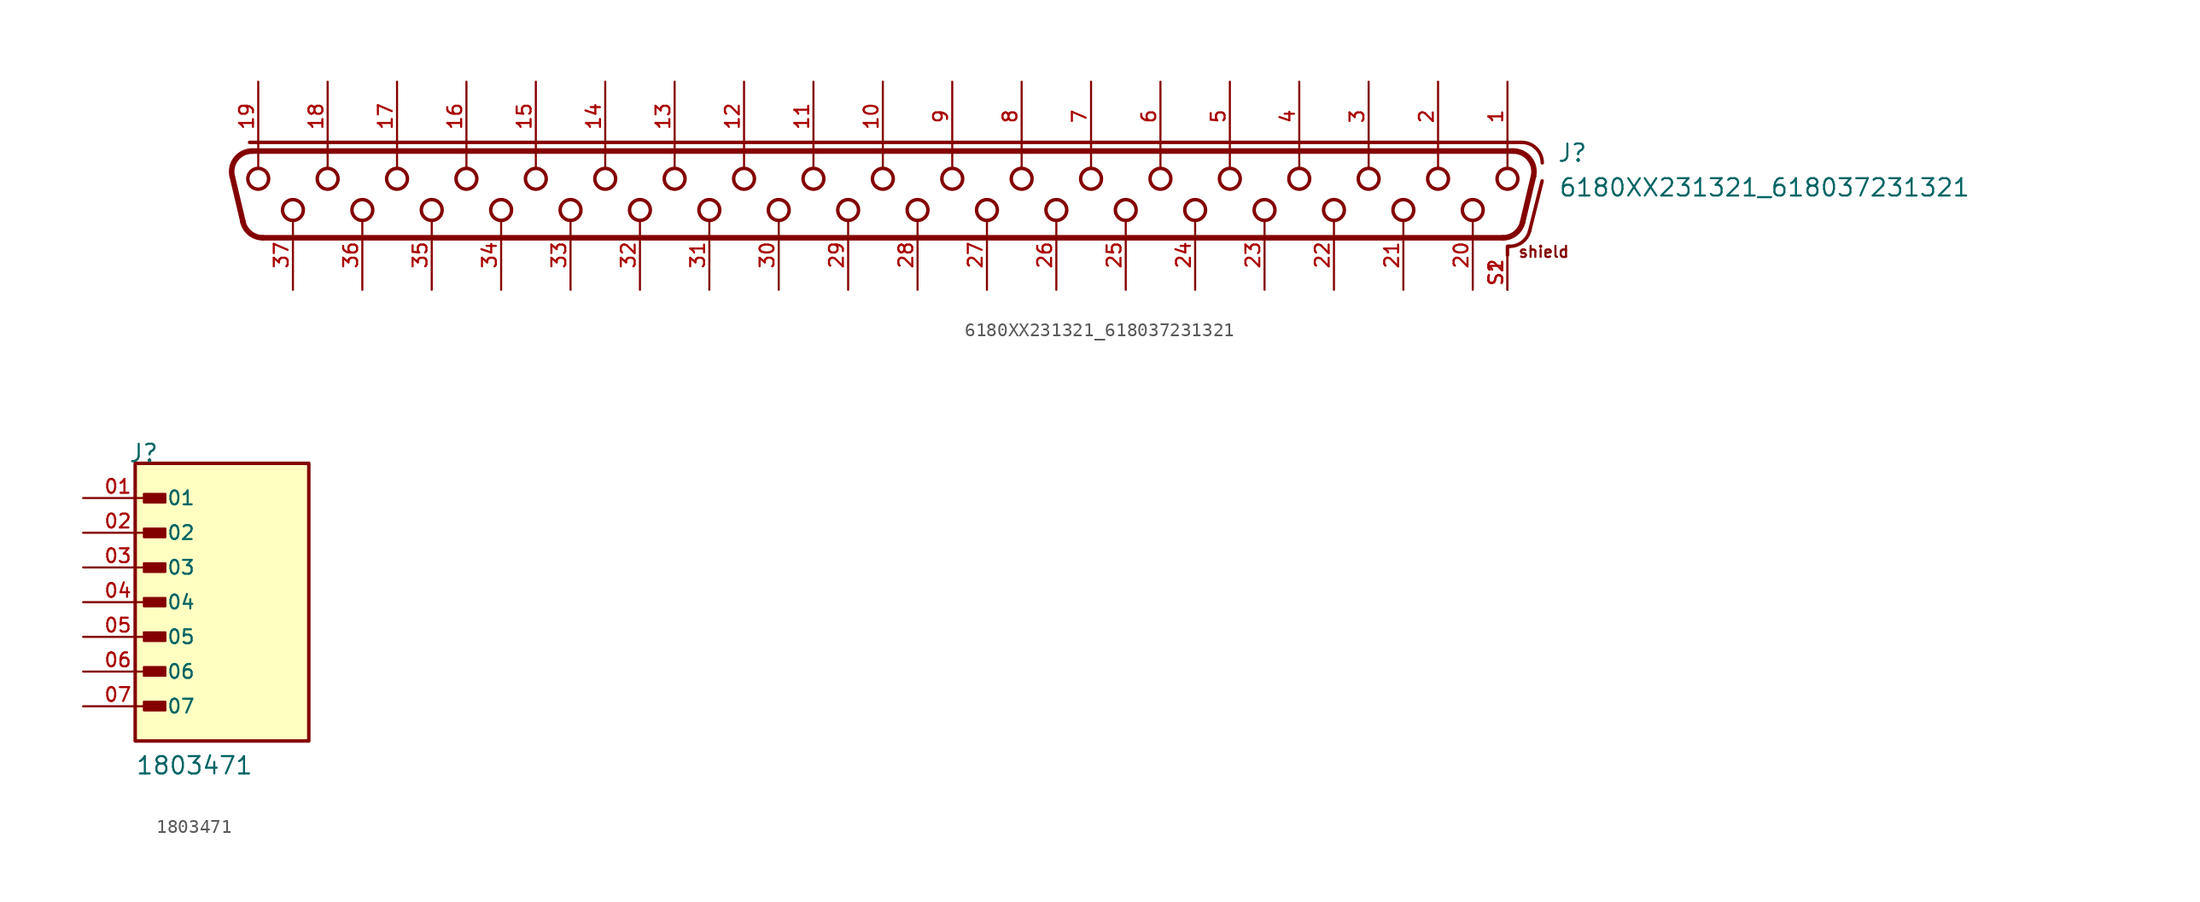
<source format=kicad_sym>
(kicad_symbol_lib
  (version 20241209)
  (generator "kicad_symbol_editor")
  (generator_version "9.0")
  (symbol "6180XX231321_618037231321"
    (pin_names
      (offset 1.016))
    (property "Reference" "J"
      (at 49.34 1.66 0)
      (effects (font (size 1.27 1.27)) (justify left bottom)))
    (property "Value" "6180XX231321_618037231321"
      (at 49.44 -0.88 0)
      (effects (font (size 1.27 1.27)) (justify left bottom)))
    (symbol "6180XX231321_618037231321_0_0"
      (polyline (pts (xy -46.833 -2.655) (xy -47.624 0.695)) (stroke (width 0.406) (type default)) (fill (type none)))
      (polyline (pts (xy -46.355 3.175) (xy 46.76 3.175)) (stroke (width 0.254) (type default)) (fill (type none)))
      (polyline (pts (xy -46.164 2.54) (xy 46.164 2.54)) (stroke (width 0.406) (type default)) (fill (type none)))
      (arc (start -47.6242 0.6952) (mid -47.3406 1.9708) (end -46.1644 2.54) (stroke (width 0.4064) (type default)) (fill (type none)))
      (polyline (pts (xy -45.72 2.58) (xy -45.72 1.3)) (stroke (width 0.152) (type default)) (fill (type none)))
      (circle (center -45.72 0.508) (radius 0.762) (stroke (width 0.254) (type default)) (fill (type none)))
      (arc (start -45.3731 -3.81) (mid -46.3039 -3.4862) (end -46.8329 -2.6548) (stroke (width 0.4064) (type default)) (fill (type none)))
      (circle (center -43.18 -1.778) (radius 0.762) (stroke (width 0.254) (type default)) (fill (type none)))
      (polyline (pts (xy -40.64 2.58) (xy -40.64 1.3)) (stroke (width 0.152) (type default)) (fill (type none)))
      (circle (center -40.64 0.508) (radius 0.762) (stroke (width 0.254) (type default)) (fill (type none)))
      (circle (center -38.1 -1.778) (radius 0.762) (stroke (width 0.254) (type default)) (fill (type none)))
      (polyline (pts (xy -35.56 2.58) (xy -35.56 1.3)) (stroke (width 0.152) (type default)) (fill (type none)))
      (circle (center -35.56 0.508) (radius 0.762) (stroke (width 0.254) (type default)) (fill (type none)))
      (circle (center -33.02 -1.778) (radius 0.762) (stroke (width 0.254) (type default)) (fill (type none)))
      (polyline (pts (xy -30.48 2.58) (xy -30.48 1.3)) (stroke (width 0.152) (type default)) (fill (type none)))
      (circle (center -30.48 0.508) (radius 0.762) (stroke (width 0.254) (type default)) (fill (type none)))
      (circle (center -27.94 -1.778) (radius 0.762) (stroke (width 0.254) (type default)) (fill (type none)))
      (polyline (pts (xy -25.4 2.58) (xy -25.4 1.3)) (stroke (width 0.152) (type default)) (fill (type none)))
      (circle (center -25.4 0.508) (radius 0.762) (stroke (width 0.254) (type default)) (fill (type none)))
      (circle (center -22.86 -1.778) (radius 0.762) (stroke (width 0.254) (type default)) (fill (type none)))
      (polyline (pts (xy -20.32 2.58) (xy -20.32 1.3)) (stroke (width 0.152) (type default)) (fill (type none)))
      (circle (center -20.32 0.508) (radius 0.762) (stroke (width 0.254) (type default)) (fill (type none)))
      (circle (center -17.78 -1.778) (radius 0.762) (stroke (width 0.254) (type default)) (fill (type none)))
      (polyline (pts (xy -15.24 2.58) (xy -15.24 1.3)) (stroke (width 0.152) (type default)) (fill (type none)))
      (circle (center -15.24 0.508) (radius 0.762) (stroke (width 0.254) (type default)) (fill (type none)))
      (circle (center -12.7 -1.778) (radius 0.762) (stroke (width 0.254) (type default)) (fill (type none)))
      (polyline (pts (xy -10.16 2.58) (xy -10.16 1.3)) (stroke (width 0.152) (type default)) (fill (type none)))
      (circle (center -10.16 0.508) (radius 0.762) (stroke (width 0.254) (type default)) (fill (type none)))
      (circle (center -7.62 -1.778) (radius 0.762) (stroke (width 0.254) (type default)) (fill (type none)))
      (polyline (pts (xy -5.08 2.58) (xy -5.08 1.3)) (stroke (width 0.152) (type default)) (fill (type none)))
      (circle (center -5.08 0.508) (radius 0.762) (stroke (width 0.254) (type default)) (fill (type none)))
      (circle (center -2.54 -1.778) (radius 0.762) (stroke (width 0.254) (type default)) (fill (type none)))
      (polyline (pts (xy 0 2.58) (xy 0 1.3)) (stroke (width 0.152) (type default)) (fill (type none)))
      (circle (center 0 0.508) (radius 0.762) (stroke (width 0.254) (type default)) (fill (type none)))
      (circle (center 2.54 -1.778) (radius 0.762) (stroke (width 0.254) (type default)) (fill (type none)))
      (polyline (pts (xy 5.08 2.58) (xy 5.08 1.3)) (stroke (width 0.152) (type default)) (fill (type none)))
      (circle (center 5.08 0.508) (radius 0.762) (stroke (width 0.254) (type default)) (fill (type none)))
      (circle (center 7.62 -1.778) (radius 0.762) (stroke (width 0.254) (type default)) (fill (type none)))
      (polyline (pts (xy 10.16 2.58) (xy 10.16 1.3)) (stroke (width 0.152) (type default)) (fill (type none)))
      (circle (center 10.16 0.508) (radius 0.762) (stroke (width 0.254) (type default)) (fill (type none)))
      (circle (center 12.7 -1.778) (radius 0.762) (stroke (width 0.254) (type default)) (fill (type none)))
      (polyline (pts (xy 15.24 2.58) (xy 15.24 1.3)) (stroke (width 0.152) (type default)) (fill (type none)))
      (circle (center 15.24 0.508) (radius 0.762) (stroke (width 0.254) (type default)) (fill (type none)))
      (circle (center 17.78 -1.778) (radius 0.762) (stroke (width 0.254) (type default)) (fill (type none)))
      (polyline (pts (xy 20.32 2.58) (xy 20.32 1.3)) (stroke (width 0.152) (type default)) (fill (type none)))
      (circle (center 20.32 0.508) (radius 0.762) (stroke (width 0.254) (type default)) (fill (type none)))
      (circle (center 22.86 -1.778) (radius 0.762) (stroke (width 0.254) (type default)) (fill (type none)))
      (polyline (pts (xy 25.4 2.58) (xy 25.4 1.3)) (stroke (width 0.152) (type default)) (fill (type none)))
      (circle (center 25.4 0.508) (radius 0.762) (stroke (width 0.254) (type default)) (fill (type none)))
      (circle (center 27.94 -1.778) (radius 0.762) (stroke (width 0.254) (type default)) (fill (type none)))
      (polyline (pts (xy 30.48 2.58) (xy 30.48 1.3)) (stroke (width 0.152) (type default)) (fill (type none)))
      (circle (center 30.48 0.508) (radius 0.762) (stroke (width 0.254) (type default)) (fill (type none)))
      (circle (center 33.02 -1.778) (radius 0.762) (stroke (width 0.254) (type default)) (fill (type none)))
      (polyline (pts (xy 35.56 2.58) (xy 35.56 1.3)) (stroke (width 0.152) (type default)) (fill (type none)))
      (circle (center 35.56 0.508) (radius 0.762) (stroke (width 0.254) (type default)) (fill (type none)))
      (circle (center 38.1 -1.778) (radius 0.762) (stroke (width 0.254) (type default)) (fill (type none)))
      (polyline (pts (xy 40.64 2.58) (xy 40.64 1.3)) (stroke (width 0.152) (type default)) (fill (type none)))
      (circle (center 40.64 0.508) (radius 0.762) (stroke (width 0.254) (type default)) (fill (type none)))
      (circle (center 43.18 -1.778) (radius 0.762) (stroke (width 0.254) (type default)) (fill (type none)))
      (polyline (pts (xy 45.373 -3.81) (xy -45.373 -3.81)) (stroke (width 0.406) (type default)) (fill (type none)))
      (arc (start 46.8329 -2.6548) (mid 46.3042 -3.4874) (end 45.3731 -3.81) (stroke (width 0.4064) (type default)) (fill (type none)))
      (polyline (pts (xy 45.72 2.58) (xy 45.72 1.3)) (stroke (width 0.152) (type default)) (fill (type none)))
      (circle (center 45.72 0.508) (radius 0.762) (stroke (width 0.254) (type default)) (fill (type none)))
      (polyline (pts (xy 45.72 -4.445) (xy 45.72 -5.08)) (stroke (width 0.254) (type default)) (fill (type none)))
      (polyline (pts (xy 45.76 -4.44) (xy 45.889 -4.44)) (stroke (width 0.254) (type default)) (fill (type none)))
      (arc (start 47.3441 -3.3038) (mid 46.8119 -4.1219) (end 45.8888 -4.44) (stroke (width 0.254) (type default)) (fill (type none)))
      (arc (start 46.1644 2.54) (mid 47.3373 1.9695) (end 47.6242 0.6952) (stroke (width 0.4064) (type default)) (fill (type none)))
      (arc (start 46.76 3.175) (mid 47.8207 2.7357) (end 48.26 1.675) (stroke (width 0.254) (type default)) (fill (type none)))
      (polyline (pts (xy 47.344 -3.304) (xy 48.26 0.36)) (stroke (width 0.254) (type default)) (fill (type none)))
      (polyline (pts (xy 47.624 0.695) (xy 46.833 -2.655)) (stroke (width 0.406) (type default)) (fill (type none)))
      (text "shield" (at 46.46 -5.32 0) (effects (font (size 0.813 0.813)) (justify left bottom)))
      (pin bidirectional line (at -45.72 7.62 270) (length 5.08) (name "~" (effects (font (size 1.016 1.016)))) (number "19" (effects (font (size 1.016 1.016)))))
      (pin bidirectional line (at -43.18 -7.62 90) (length 5.08) (name "~" (effects (font (size 1.016 1.016)))) (number "37" (effects (font (size 1.016 1.016)))))
      (pin bidirectional line (at -40.64 7.62 270) (length 5.08) (name "~" (effects (font (size 1.016 1.016)))) (number "18" (effects (font (size 1.016 1.016)))))
      (pin bidirectional line (at -38.1 -7.62 90) (length 5.08) (name "~" (effects (font (size 1.016 1.016)))) (number "36" (effects (font (size 1.016 1.016)))))
      (pin bidirectional line (at -35.56 7.62 270) (length 5.08) (name "~" (effects (font (size 1.016 1.016)))) (number "17" (effects (font (size 1.016 1.016)))))
      (pin bidirectional line (at -33.02 -7.62 90) (length 5.08) (name "~" (effects (font (size 1.016 1.016)))) (number "35" (effects (font (size 1.016 1.016)))))
      (pin bidirectional line (at -30.48 7.62 270) (length 5.08) (name "~" (effects (font (size 1.016 1.016)))) (number "16" (effects (font (size 1.016 1.016)))))
      (pin bidirectional line (at -27.94 -7.62 90) (length 5.08) (name "~" (effects (font (size 1.016 1.016)))) (number "34" (effects (font (size 1.016 1.016)))))
      (pin bidirectional line (at -25.4 7.62 270) (length 5.08) (name "~" (effects (font (size 1.016 1.016)))) (number "15" (effects (font (size 1.016 1.016)))))
      (pin bidirectional line (at -22.86 -7.62 90) (length 5.08) (name "~" (effects (font (size 1.016 1.016)))) (number "33" (effects (font (size 1.016 1.016)))))
      (pin bidirectional line (at -20.32 7.62 270) (length 5.08) (name "~" (effects (font (size 1.016 1.016)))) (number "14" (effects (font (size 1.016 1.016)))))
      (pin bidirectional line (at -17.78 -7.62 90) (length 5.08) (name "~" (effects (font (size 1.016 1.016)))) (number "32" (effects (font (size 1.016 1.016)))))
      (pin bidirectional line (at -15.24 7.62 270) (length 5.08) (name "~" (effects (font (size 1.016 1.016)))) (number "13" (effects (font (size 1.016 1.016)))))
      (pin bidirectional line (at -12.7 -7.62 90) (length 5.08) (name "~" (effects (font (size 1.016 1.016)))) (number "31" (effects (font (size 1.016 1.016)))))
      (pin bidirectional line (at -10.16 7.62 270) (length 5.08) (name "~" (effects (font (size 1.016 1.016)))) (number "12" (effects (font (size 1.016 1.016)))))
      (pin bidirectional line (at -7.62 -7.62 90) (length 5.08) (name "~" (effects (font (size 1.016 1.016)))) (number "30" (effects (font (size 1.016 1.016)))))
      (pin bidirectional line (at -5.08 7.62 270) (length 5.08) (name "~" (effects (font (size 1.016 1.016)))) (number "11" (effects (font (size 1.016 1.016)))))
      (pin bidirectional line (at -2.54 -7.62 90) (length 5.08) (name "~" (effects (font (size 1.016 1.016)))) (number "29" (effects (font (size 1.016 1.016)))))
      (pin bidirectional line (at 0 7.62 270) (length 5.08) (name "~" (effects (font (size 1.016 1.016)))) (number "10" (effects (font (size 1.016 1.016)))))
      (pin bidirectional line (at 2.54 -7.62 90) (length 5.08) (name "~" (effects (font (size 1.016 1.016)))) (number "28" (effects (font (size 1.016 1.016)))))
      (pin bidirectional line (at 5.08 7.62 270) (length 5.08) (name "~" (effects (font (size 1.016 1.016)))) (number "9" (effects (font (size 1.016 1.016)))))
      (pin bidirectional line (at 7.62 -7.62 90) (length 5.08) (name "~" (effects (font (size 1.016 1.016)))) (number "27" (effects (font (size 1.016 1.016)))))
      (pin bidirectional line (at 10.16 7.62 270) (length 5.08) (name "~" (effects (font (size 1.016 1.016)))) (number "8" (effects (font (size 1.016 1.016)))))
      (pin bidirectional line (at 12.7 -7.62 90) (length 5.08) (name "~" (effects (font (size 1.016 1.016)))) (number "26" (effects (font (size 1.016 1.016)))))
      (pin bidirectional line (at 15.24 7.62 270) (length 5.08) (name "~" (effects (font (size 1.016 1.016)))) (number "7" (effects (font (size 1.016 1.016)))))
      (pin bidirectional line (at 17.78 -7.62 90) (length 5.08) (name "~" (effects (font (size 1.016 1.016)))) (number "25" (effects (font (size 1.016 1.016)))))
      (pin bidirectional line (at 20.32 7.62 270) (length 5.08) (name "~" (effects (font (size 1.016 1.016)))) (number "6" (effects (font (size 1.016 1.016)))))
      (pin bidirectional line (at 22.86 -7.62 90) (length 5.08) (name "~" (effects (font (size 1.016 1.016)))) (number "24" (effects (font (size 1.016 1.016)))))
      (pin bidirectional line (at 25.4 7.62 270) (length 5.08) (name "~" (effects (font (size 1.016 1.016)))) (number "5" (effects (font (size 1.016 1.016)))))
      (pin bidirectional line (at 27.94 -7.62 90) (length 5.08) (name "~" (effects (font (size 1.016 1.016)))) (number "23" (effects (font (size 1.016 1.016)))))
      (pin bidirectional line (at 30.48 7.62 270) (length 5.08) (name "~" (effects (font (size 1.016 1.016)))) (number "4" (effects (font (size 1.016 1.016)))))
      (pin bidirectional line (at 33.02 -7.62 90) (length 5.08) (name "~" (effects (font (size 1.016 1.016)))) (number "22" (effects (font (size 1.016 1.016)))))
      (pin bidirectional line (at 35.56 7.62 270) (length 5.08) (name "~" (effects (font (size 1.016 1.016)))) (number "3" (effects (font (size 1.016 1.016)))))
      (pin bidirectional line (at 38.1 -7.62 90) (length 5.08) (name "~" (effects (font (size 1.016 1.016)))) (number "21" (effects (font (size 1.016 1.016)))))
      (pin bidirectional line (at 40.64 7.62 270) (length 5.08) (name "~" (effects (font (size 1.016 1.016)))) (number "2" (effects (font (size 1.016 1.016)))))
      (pin bidirectional line (at 43.18 -7.62 90) (length 5.08) (name "~" (effects (font (size 1.016 1.016)))) (number "20" (effects (font (size 1.016 1.016)))))
      (pin bidirectional line (at 45.72 7.62 270) (length 5.08) (name "~" (effects (font (size 1.016 1.016)))) (number "1" (effects (font (size 1.016 1.016)))))
      (pin bidirectional line (at 45.72 -7.62 90) (length 2.54) (name "~" (effects (font (size 1.016 1.016)))) (number "S1" (effects (font (size 1.016 1.016)))))
      (pin bidirectional line (at 45.72 -7.62 90) (length 2.54) (name "~" (effects (font (size 1.016 1.016)))) (number "S2" (effects (font (size 1.016 1.016)))))))
  (symbol "1803471"
    (pin_names
      (offset 1.016))
    (property "Reference" "J"
      (at -6.858 10.16 0)
      (effects (font (size 1.27 1.27)) (justify left bottom)))
    (property "Value" "1803471"
      (at -6.35 -12.7 0)
      (effects (font (size 1.27 1.27)) (justify left bottom)))
    (property "ki_locked" ""
      (at 0 0 0)
      (effects (font (size 1.27 1.27))))
    (symbol "1803471_0_0"
      (rectangle (start -6.35 -10.16) (end 6.35 10.16) (stroke (width 0.254) (type solid)) (fill (type background)))
      (rectangle (start -5.715 7.29) (end -4.14 7.925) (stroke (width 0) (type solid)) (fill (type outline)))
      (rectangle (start -5.715 4.75) (end -4.14 5.385) (stroke (width 0) (type solid)) (fill (type outline)))
      (rectangle (start -5.715 2.21) (end -4.14 2.845) (stroke (width 0) (type solid)) (fill (type outline)))
      (rectangle (start -5.715 -0.305) (end -4.14 0.305) (stroke (width 0) (type solid)) (fill (type outline)))
      (rectangle (start -5.715 -2.845) (end -4.14 -2.21) (stroke (width 0) (type solid)) (fill (type outline)))
      (rectangle (start -5.715 -5.385) (end -4.14 -4.75) (stroke (width 0) (type solid)) (fill (type outline)))
      (rectangle (start -5.715 -7.925) (end -4.14 -7.29) (stroke (width 0) (type solid)) (fill (type outline)))
      (pin passive line (at -10.16 7.62 0) (length 5.08) (name "01" (effects (font (size 1.016 1.016)))) (number "01" (effects (font (size 1.016 1.016)))))
      (pin passive line (at -10.16 5.08 0) (length 5.08) (name "02" (effects (font (size 1.016 1.016)))) (number "02" (effects (font (size 1.016 1.016)))))
      (pin passive line (at -10.16 2.54 0) (length 5.08) (name "03" (effects (font (size 1.016 1.016)))) (number "03" (effects (font (size 1.016 1.016)))))
      (pin passive line (at -10.16 0 0) (length 5.08) (name "04" (effects (font (size 1.016 1.016)))) (number "04" (effects (font (size 1.016 1.016)))))
      (pin passive line (at -10.16 -2.54 0) (length 5.08) (name "05" (effects (font (size 1.016 1.016)))) (number "05" (effects (font (size 1.016 1.016)))))
      (pin passive line (at -10.16 -5.08 0) (length 5.08) (name "06" (effects (font (size 1.016 1.016)))) (number "06" (effects (font (size 1.016 1.016)))))
      (pin passive line (at -10.16 -7.62 0) (length 5.08) (name "07" (effects (font (size 1.016 1.016)))) (number "07" (effects (font (size 1.016 1.016))))))))
</source>
